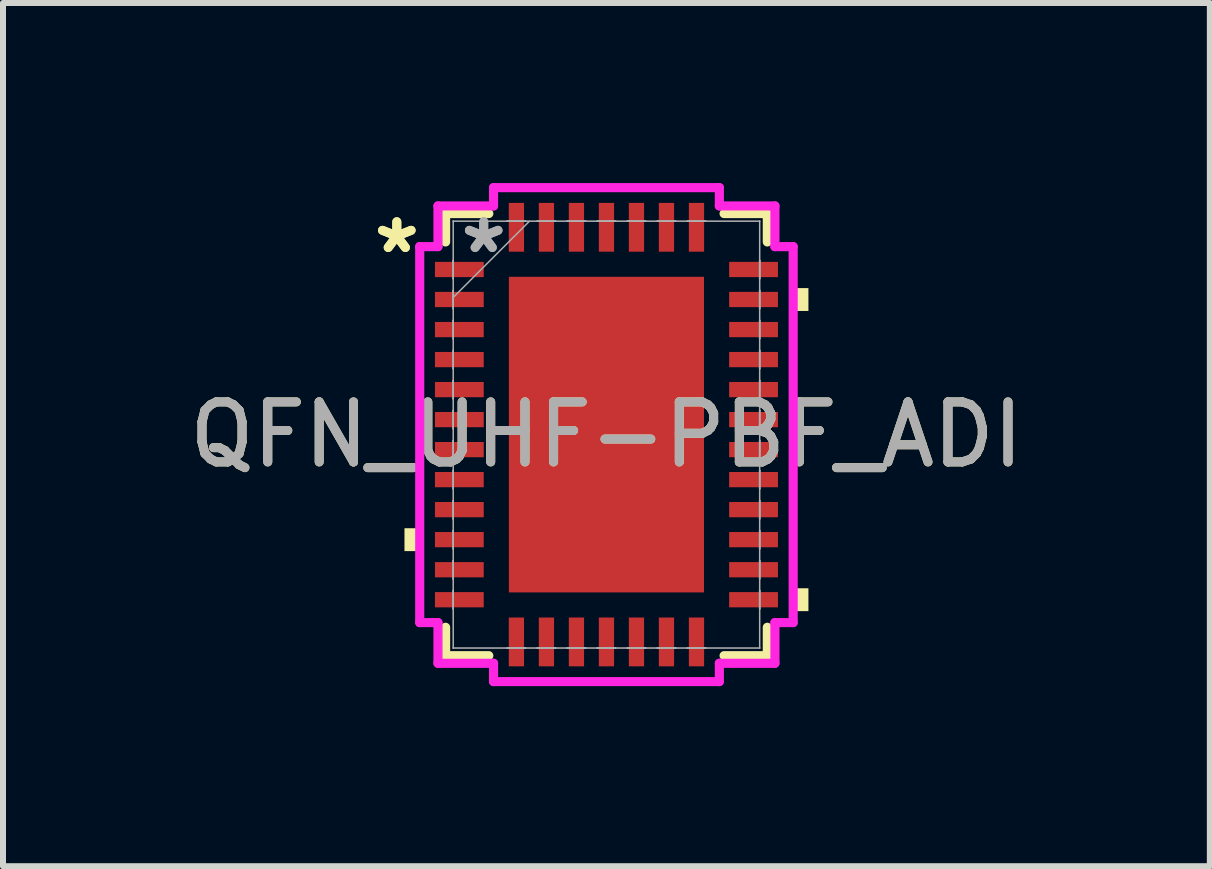
<source format=kicad_pcb>
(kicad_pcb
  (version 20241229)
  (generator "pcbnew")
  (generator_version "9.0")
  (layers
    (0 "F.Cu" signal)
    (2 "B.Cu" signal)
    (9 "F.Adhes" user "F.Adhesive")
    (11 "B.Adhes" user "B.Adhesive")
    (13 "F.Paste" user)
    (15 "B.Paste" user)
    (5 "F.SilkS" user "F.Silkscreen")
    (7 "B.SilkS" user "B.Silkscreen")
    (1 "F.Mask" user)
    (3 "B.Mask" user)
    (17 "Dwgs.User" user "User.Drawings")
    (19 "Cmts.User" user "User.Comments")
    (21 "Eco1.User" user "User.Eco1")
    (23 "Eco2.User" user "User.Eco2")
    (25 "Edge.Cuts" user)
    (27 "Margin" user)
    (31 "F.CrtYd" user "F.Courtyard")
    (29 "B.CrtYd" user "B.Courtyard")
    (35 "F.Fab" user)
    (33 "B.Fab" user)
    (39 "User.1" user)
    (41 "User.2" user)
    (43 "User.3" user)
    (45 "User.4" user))
  (footprint "QFN_UHF-PBF_ADI"
    (layer "F.Cu")
    (at 7.054 4.191)
    (property "Reference" "QFN_UHF-PBF_ADI" (at 0 0 0) (unlocked yes) (layer "F.SilkS") (effects (font (size 1 1) (thickness 0.15))))
    (attr smd)
    (fp_line (start -2.68 -3.683) (end -2.68 -3.21) (stroke (width 0.152) (type solid)) (layer "F.SilkS"))
    (fp_line (start -2.68 3.21) (end -2.68 3.683) (stroke (width 0.152) (type solid)) (layer "F.SilkS"))
    (fp_line (start -2.68 3.683) (end -1.96 3.683) (stroke (width 0.152) (type solid)) (layer "F.SilkS"))
    (fp_line (start -1.96 -3.683) (end -2.68 -3.683) (stroke (width 0.152) (type solid)) (layer "F.SilkS"))
    (fp_line (start 1.96 3.683) (end 2.68 3.683) (stroke (width 0.152) (type solid)) (layer "F.SilkS"))
    (fp_line (start 2.68 -3.683) (end 1.96 -3.683) (stroke (width 0.152) (type solid)) (layer "F.SilkS"))
    (fp_line (start 2.68 -3.21) (end 2.68 -3.683) (stroke (width 0.152) (type solid)) (layer "F.SilkS"))
    (fp_line (start 2.68 3.683) (end 2.68 3.21) (stroke (width 0.152) (type solid)) (layer "F.SilkS"))
    (fp_poly (pts (xy -3.365 1.56) (xy -3.365 1.941) (xy -3.111 1.941) (xy -3.111 1.56)) (stroke (width 0) (type solid)) (fill yes) (layer "F.SilkS"))
    (fp_poly (pts (xy 3.365 -2.441) (xy 3.365 -2.06) (xy 3.111 -2.06) (xy 3.111 -2.441)) (stroke (width 0) (type solid)) (fill yes) (layer "F.SilkS"))
    (fp_poly (pts (xy 3.365 2.56) (xy 3.365 2.941) (xy 3.111 2.941) (xy 3.111 2.56)) (stroke (width 0) (type solid)) (fill yes) (layer "F.SilkS"))
    (fp_poly (pts (xy -1.526 -2.529) (xy -1.526 -1.414) (xy -0.1 -1.414) (xy -0.1 -2.529)) (stroke (width 0) (type solid)) (fill yes) (layer "F.Paste"))
    (fp_poly (pts (xy -1.526 -1.214) (xy -1.526 -0.1) (xy -0.1 -0.1) (xy -0.1 -1.214)) (stroke (width 0) (type solid)) (fill yes) (layer "F.Paste"))
    (fp_poly (pts (xy -1.526 0.1) (xy -1.526 1.214) (xy -0.1 1.214) (xy -0.1 0.1)) (stroke (width 0) (type solid)) (fill yes) (layer "F.Paste"))
    (fp_poly (pts (xy -1.526 1.414) (xy -1.526 2.529) (xy -0.1 2.529) (xy -0.1 1.414)) (stroke (width 0) (type solid)) (fill yes) (layer "F.Paste"))
    (fp_poly (pts (xy 0.1 -2.529) (xy 0.1 -1.414) (xy 1.526 -1.414) (xy 1.526 -2.529)) (stroke (width 0) (type solid)) (fill yes) (layer "F.Paste"))
    (fp_poly (pts (xy 0.1 -1.214) (xy 0.1 -0.1) (xy 1.526 -0.1) (xy 1.526 -1.214)) (stroke (width 0) (type solid)) (fill yes) (layer "F.Paste"))
    (fp_poly (pts (xy 0.1 0.1) (xy 0.1 1.214) (xy 1.526 1.214) (xy 1.526 0.1)) (stroke (width 0) (type solid)) (fill yes) (layer "F.Paste"))
    (fp_poly (pts (xy 0.1 1.414) (xy 0.1 2.529) (xy 1.526 2.529) (xy 1.526 1.414)) (stroke (width 0) (type solid)) (fill yes) (layer "F.Paste"))
    (fp_line (start -3.111 -3.132) (end -2.807 -3.132) (stroke (width 0.152) (type solid)) (layer "F.CrtYd"))
    (fp_line (start -3.111 3.132) (end -3.111 -3.132) (stroke (width 0.152) (type solid)) (layer "F.CrtYd"))
    (fp_line (start -2.807 -3.81) (end -1.881 -3.81) (stroke (width 0.152) (type solid)) (layer "F.CrtYd"))
    (fp_line (start -2.807 -3.132) (end -2.807 -3.81) (stroke (width 0.152) (type solid)) (layer "F.CrtYd"))
    (fp_line (start -2.807 3.132) (end -3.111 3.132) (stroke (width 0.152) (type solid)) (layer "F.CrtYd"))
    (fp_line (start -2.807 3.81) (end -2.807 3.132) (stroke (width 0.152) (type solid)) (layer "F.CrtYd"))
    (fp_line (start -1.881 -4.115) (end 1.881 -4.115) (stroke (width 0.152) (type solid)) (layer "F.CrtYd"))
    (fp_line (start -1.881 -3.81) (end -1.881 -4.115) (stroke (width 0.152) (type solid)) (layer "F.CrtYd"))
    (fp_line (start -1.881 3.81) (end -2.807 3.81) (stroke (width 0.152) (type solid)) (layer "F.CrtYd"))
    (fp_line (start -1.881 4.115) (end -1.881 3.81) (stroke (width 0.152) (type solid)) (layer "F.CrtYd"))
    (fp_line (start 1.881 -4.115) (end 1.881 -3.81) (stroke (width 0.152) (type solid)) (layer "F.CrtYd"))
    (fp_line (start 1.881 -3.81) (end 2.807 -3.81) (stroke (width 0.152) (type solid)) (layer "F.CrtYd"))
    (fp_line (start 1.881 3.81) (end 1.881 4.115) (stroke (width 0.152) (type solid)) (layer "F.CrtYd"))
    (fp_line (start 1.881 4.115) (end -1.881 4.115) (stroke (width 0.152) (type solid)) (layer "F.CrtYd"))
    (fp_line (start 2.807 -3.81) (end 2.807 -3.132) (stroke (width 0.152) (type solid)) (layer "F.CrtYd"))
    (fp_line (start 2.807 -3.132) (end 3.111 -3.132) (stroke (width 0.152) (type solid)) (layer "F.CrtYd"))
    (fp_line (start 2.807 3.132) (end 2.807 3.81) (stroke (width 0.152) (type solid)) (layer "F.CrtYd"))
    (fp_line (start 2.807 3.81) (end 1.881 3.81) (stroke (width 0.152) (type solid)) (layer "F.CrtYd"))
    (fp_line (start 3.111 -3.132) (end 3.111 3.132) (stroke (width 0.152) (type solid)) (layer "F.CrtYd"))
    (fp_line (start 3.111 3.132) (end 2.807 3.132) (stroke (width 0.152) (type solid)) (layer "F.CrtYd"))
    (fp_line (start -2.553 -3.556) (end -2.553 -3.556) (stroke (width 0.025) (type solid)) (layer "F.Fab"))
    (fp_line (start -2.553 -3.556) (end -2.553 3.556) (stroke (width 0.025) (type solid)) (layer "F.Fab"))
    (fp_line (start -2.553 -2.903) (end -2.553 -2.903) (stroke (width 0.025) (type solid)) (layer "F.Fab"))
    (fp_line (start -2.553 -2.903) (end -2.553 -2.598) (stroke (width 0.025) (type solid)) (layer "F.Fab"))
    (fp_line (start -2.553 -2.598) (end -2.553 -2.903) (stroke (width 0.025) (type solid)) (layer "F.Fab"))
    (fp_line (start -2.553 -2.598) (end -2.553 -2.598) (stroke (width 0.025) (type solid)) (layer "F.Fab"))
    (fp_line (start -2.553 -2.403) (end -2.553 -2.403) (stroke (width 0.025) (type solid)) (layer "F.Fab"))
    (fp_line (start -2.553 -2.403) (end -2.553 -2.098) (stroke (width 0.025) (type solid)) (layer "F.Fab"))
    (fp_line (start -2.553 -2.286) (end -1.283 -3.556) (stroke (width 0.025) (type solid)) (layer "F.Fab"))
    (fp_line (start -2.553 -2.098) (end -2.553 -2.403) (stroke (width 0.025) (type solid)) (layer "F.Fab"))
    (fp_line (start -2.553 -2.098) (end -2.553 -2.098) (stroke (width 0.025) (type solid)) (layer "F.Fab"))
    (fp_line (start -2.553 -1.903) (end -2.553 -1.903) (stroke (width 0.025) (type solid)) (layer "F.Fab"))
    (fp_line (start -2.553 -1.903) (end -2.553 -1.598) (stroke (width 0.025) (type solid)) (layer "F.Fab"))
    (fp_line (start -2.553 -1.598) (end -2.553 -1.903) (stroke (width 0.025) (type solid)) (layer "F.Fab"))
    (fp_line (start -2.553 -1.598) (end -2.553 -1.598) (stroke (width 0.025) (type solid)) (layer "F.Fab"))
    (fp_line (start -2.553 -1.403) (end -2.553 -1.403) (stroke (width 0.025) (type solid)) (layer "F.Fab"))
    (fp_line (start -2.553 -1.403) (end -2.553 -1.098) (stroke (width 0.025) (type solid)) (layer "F.Fab"))
    (fp_line (start -2.553 -1.098) (end -2.553 -1.403) (stroke (width 0.025) (type solid)) (layer "F.Fab"))
    (fp_line (start -2.553 -1.098) (end -2.553 -1.098) (stroke (width 0.025) (type solid)) (layer "F.Fab"))
    (fp_line (start -2.553 -0.903) (end -2.553 -0.903) (stroke (width 0.025) (type solid)) (layer "F.Fab"))
    (fp_line (start -2.553 -0.903) (end -2.553 -0.598) (stroke (width 0.025) (type solid)) (layer "F.Fab"))
    (fp_line (start -2.553 -0.598) (end -2.553 -0.903) (stroke (width 0.025) (type solid)) (layer "F.Fab"))
    (fp_line (start -2.553 -0.598) (end -2.553 -0.598) (stroke (width 0.025) (type solid)) (layer "F.Fab"))
    (fp_line (start -2.553 -0.402) (end -2.553 -0.402) (stroke (width 0.025) (type solid)) (layer "F.Fab"))
    (fp_line (start -2.553 -0.402) (end -2.553 -0.098) (stroke (width 0.025) (type solid)) (layer "F.Fab"))
    (fp_line (start -2.553 -0.098) (end -2.553 -0.402) (stroke (width 0.025) (type solid)) (layer "F.Fab"))
    (fp_line (start -2.553 -0.098) (end -2.553 -0.098) (stroke (width 0.025) (type solid)) (layer "F.Fab"))
    (fp_line (start -2.553 0.098) (end -2.553 0.098) (stroke (width 0.025) (type solid)) (layer "F.Fab"))
    (fp_line (start -2.553 0.098) (end -2.553 0.402) (stroke (width 0.025) (type solid)) (layer "F.Fab"))
    (fp_line (start -2.553 0.402) (end -2.553 0.098) (stroke (width 0.025) (type solid)) (layer "F.Fab"))
    (fp_line (start -2.553 0.402) (end -2.553 0.402) (stroke (width 0.025) (type solid)) (layer "F.Fab"))
    (fp_line (start -2.553 0.598) (end -2.553 0.598) (stroke (width 0.025) (type solid)) (layer "F.Fab"))
    (fp_line (start -2.553 0.598) (end -2.553 0.903) (stroke (width 0.025) (type solid)) (layer "F.Fab"))
    (fp_line (start -2.553 0.903) (end -2.553 0.598) (stroke (width 0.025) (type solid)) (layer "F.Fab"))
    (fp_line (start -2.553 0.903) (end -2.553 0.903) (stroke (width 0.025) (type solid)) (layer "F.Fab"))
    (fp_line (start -2.553 1.098) (end -2.553 1.098) (stroke (width 0.025) (type solid)) (layer "F.Fab"))
    (fp_line (start -2.553 1.098) (end -2.553 1.403) (stroke (width 0.025) (type solid)) (layer "F.Fab"))
    (fp_line (start -2.553 1.403) (end -2.553 1.098) (stroke (width 0.025) (type solid)) (layer "F.Fab"))
    (fp_line (start -2.553 1.403) (end -2.553 1.403) (stroke (width 0.025) (type solid)) (layer "F.Fab"))
    (fp_line (start -2.553 1.598) (end -2.553 1.598) (stroke (width 0.025) (type solid)) (layer "F.Fab"))
    (fp_line (start -2.553 1.598) (end -2.553 1.903) (stroke (width 0.025) (type solid)) (layer "F.Fab"))
    (fp_line (start -2.553 1.903) (end -2.553 1.598) (stroke (width 0.025) (type solid)) (layer "F.Fab"))
    (fp_line (start -2.553 1.903) (end -2.553 1.903) (stroke (width 0.025) (type solid)) (layer "F.Fab"))
    (fp_line (start -2.553 2.098) (end -2.553 2.098) (stroke (width 0.025) (type solid)) (layer "F.Fab"))
    (fp_line (start -2.553 2.098) (end -2.553 2.403) (stroke (width 0.025) (type solid)) (layer "F.Fab"))
    (fp_line (start -2.553 2.403) (end -2.553 2.098) (stroke (width 0.025) (type solid)) (layer "F.Fab"))
    (fp_line (start -2.553 2.403) (end -2.553 2.403) (stroke (width 0.025) (type solid)) (layer "F.Fab"))
    (fp_line (start -2.553 2.598) (end -2.553 2.598) (stroke (width 0.025) (type solid)) (layer "F.Fab"))
    (fp_line (start -2.553 2.598) (end -2.553 2.903) (stroke (width 0.025) (type solid)) (layer "F.Fab"))
    (fp_line (start -2.553 2.903) (end -2.553 2.598) (stroke (width 0.025) (type solid)) (layer "F.Fab"))
    (fp_line (start -2.553 2.903) (end -2.553 2.903) (stroke (width 0.025) (type solid)) (layer "F.Fab"))
    (fp_line (start -2.553 3.556) (end -2.553 3.556) (stroke (width 0.025) (type solid)) (layer "F.Fab"))
    (fp_line (start -2.553 3.556) (end 2.553 3.556) (stroke (width 0.025) (type solid)) (layer "F.Fab"))
    (fp_line (start -1.653 -3.556) (end -1.653 -3.556) (stroke (width 0.025) (type solid)) (layer "F.Fab"))
    (fp_line (start -1.653 -3.556) (end -1.348 -3.556) (stroke (width 0.025) (type solid)) (layer "F.Fab"))
    (fp_line (start -1.653 3.556) (end -1.653 3.556) (stroke (width 0.025) (type solid)) (layer "F.Fab"))
    (fp_line (start -1.653 3.556) (end -1.348 3.556) (stroke (width 0.025) (type solid)) (layer "F.Fab"))
    (fp_line (start -1.348 -3.556) (end -1.653 -3.556) (stroke (width 0.025) (type solid)) (layer "F.Fab"))
    (fp_line (start -1.348 -3.556) (end -1.348 -3.556) (stroke (width 0.025) (type solid)) (layer "F.Fab"))
    (fp_line (start -1.348 3.556) (end -1.653 3.556) (stroke (width 0.025) (type solid)) (layer "F.Fab"))
    (fp_line (start -1.348 3.556) (end -1.348 3.556) (stroke (width 0.025) (type solid)) (layer "F.Fab"))
    (fp_line (start -1.153 -3.556) (end -1.153 -3.556) (stroke (width 0.025) (type solid)) (layer "F.Fab"))
    (fp_line (start -1.153 -3.556) (end -0.848 -3.556) (stroke (width 0.025) (type solid)) (layer "F.Fab"))
    (fp_line (start -1.153 3.556) (end -1.153 3.556) (stroke (width 0.025) (type solid)) (layer "F.Fab"))
    (fp_line (start -1.153 3.556) (end -0.848 3.556) (stroke (width 0.025) (type solid)) (layer "F.Fab"))
    (fp_line (start -0.848 -3.556) (end -1.153 -3.556) (stroke (width 0.025) (type solid)) (layer "F.Fab"))
    (fp_line (start -0.848 -3.556) (end -0.848 -3.556) (stroke (width 0.025) (type solid)) (layer "F.Fab"))
    (fp_line (start -0.848 3.556) (end -1.153 3.556) (stroke (width 0.025) (type solid)) (layer "F.Fab"))
    (fp_line (start -0.848 3.556) (end -0.848 3.556) (stroke (width 0.025) (type solid)) (layer "F.Fab"))
    (fp_line (start -0.653 -3.556) (end -0.653 -3.556) (stroke (width 0.025) (type solid)) (layer "F.Fab"))
    (fp_line (start -0.653 -3.556) (end -0.348 -3.556) (stroke (width 0.025) (type solid)) (layer "F.Fab"))
    (fp_line (start -0.653 3.556) (end -0.653 3.556) (stroke (width 0.025) (type solid)) (layer "F.Fab"))
    (fp_line (start -0.653 3.556) (end -0.348 3.556) (stroke (width 0.025) (type solid)) (layer "F.Fab"))
    (fp_line (start -0.348 -3.556) (end -0.653 -3.556) (stroke (width 0.025) (type solid)) (layer "F.Fab"))
    (fp_line (start -0.348 -3.556) (end -0.348 -3.556) (stroke (width 0.025) (type solid)) (layer "F.Fab"))
    (fp_line (start -0.348 3.556) (end -0.653 3.556) (stroke (width 0.025) (type solid)) (layer "F.Fab"))
    (fp_line (start -0.348 3.556) (end -0.348 3.556) (stroke (width 0.025) (type solid)) (layer "F.Fab"))
    (fp_line (start -0.152 -3.556) (end -0.152 -3.556) (stroke (width 0.025) (type solid)) (layer "F.Fab"))
    (fp_line (start -0.152 -3.556) (end 0.152 -3.556) (stroke (width 0.025) (type solid)) (layer "F.Fab"))
    (fp_line (start -0.152 3.556) (end -0.152 3.556) (stroke (width 0.025) (type solid)) (layer "F.Fab"))
    (fp_line (start -0.152 3.556) (end 0.152 3.556) (stroke (width 0.025) (type solid)) (layer "F.Fab"))
    (fp_line (start 0.152 -3.556) (end -0.152 -3.556) (stroke (width 0.025) (type solid)) (layer "F.Fab"))
    (fp_line (start 0.152 -3.556) (end 0.152 -3.556) (stroke (width 0.025) (type solid)) (layer "F.Fab"))
    (fp_line (start 0.152 3.556) (end -0.152 3.556) (stroke (width 0.025) (type solid)) (layer "F.Fab"))
    (fp_line (start 0.152 3.556) (end 0.152 3.556) (stroke (width 0.025) (type solid)) (layer "F.Fab"))
    (fp_line (start 0.348 -3.556) (end 0.348 -3.556) (stroke (width 0.025) (type solid)) (layer "F.Fab"))
    (fp_line (start 0.348 -3.556) (end 0.653 -3.556) (stroke (width 0.025) (type solid)) (layer "F.Fab"))
    (fp_line (start 0.348 3.556) (end 0.348 3.556) (stroke (width 0.025) (type solid)) (layer "F.Fab"))
    (fp_line (start 0.348 3.556) (end 0.653 3.556) (stroke (width 0.025) (type solid)) (layer "F.Fab"))
    (fp_line (start 0.653 -3.556) (end 0.348 -3.556) (stroke (width 0.025) (type solid)) (layer "F.Fab"))
    (fp_line (start 0.653 -3.556) (end 0.653 -3.556) (stroke (width 0.025) (type solid)) (layer "F.Fab"))
    (fp_line (start 0.653 3.556) (end 0.348 3.556) (stroke (width 0.025) (type solid)) (layer "F.Fab"))
    (fp_line (start 0.653 3.556) (end 0.653 3.556) (stroke (width 0.025) (type solid)) (layer "F.Fab"))
    (fp_line (start 0.848 -3.556) (end 0.848 -3.556) (stroke (width 0.025) (type solid)) (layer "F.Fab"))
    (fp_line (start 0.848 -3.556) (end 1.153 -3.556) (stroke (width 0.025) (type solid)) (layer "F.Fab"))
    (fp_line (start 0.848 3.556) (end 0.848 3.556) (stroke (width 0.025) (type solid)) (layer "F.Fab"))
    (fp_line (start 0.848 3.556) (end 1.153 3.556) (stroke (width 0.025) (type solid)) (layer "F.Fab"))
    (fp_line (start 1.153 -3.556) (end 0.848 -3.556) (stroke (width 0.025) (type solid)) (layer "F.Fab"))
    (fp_line (start 1.153 -3.556) (end 1.153 -3.556) (stroke (width 0.025) (type solid)) (layer "F.Fab"))
    (fp_line (start 1.153 3.556) (end 0.848 3.556) (stroke (width 0.025) (type solid)) (layer "F.Fab"))
    (fp_line (start 1.153 3.556) (end 1.153 3.556) (stroke (width 0.025) (type solid)) (layer "F.Fab"))
    (fp_line (start 1.348 -3.556) (end 1.348 -3.556) (stroke (width 0.025) (type solid)) (layer "F.Fab"))
    (fp_line (start 1.348 -3.556) (end 1.653 -3.556) (stroke (width 0.025) (type solid)) (layer "F.Fab"))
    (fp_line (start 1.348 3.556) (end 1.348 3.556) (stroke (width 0.025) (type solid)) (layer "F.Fab"))
    (fp_line (start 1.348 3.556) (end 1.653 3.556) (stroke (width 0.025) (type solid)) (layer "F.Fab"))
    (fp_line (start 1.653 -3.556) (end 1.348 -3.556) (stroke (width 0.025) (type solid)) (layer "F.Fab"))
    (fp_line (start 1.653 -3.556) (end 1.653 -3.556) (stroke (width 0.025) (type solid)) (layer "F.Fab"))
    (fp_line (start 1.653 3.556) (end 1.348 3.556) (stroke (width 0.025) (type solid)) (layer "F.Fab"))
    (fp_line (start 1.653 3.556) (end 1.653 3.556) (stroke (width 0.025) (type solid)) (layer "F.Fab"))
    (fp_line (start 2.553 -3.556) (end -2.553 -3.556) (stroke (width 0.025) (type solid)) (layer "F.Fab"))
    (fp_line (start 2.553 -3.556) (end 2.553 -3.556) (stroke (width 0.025) (type solid)) (layer "F.Fab"))
    (fp_line (start 2.553 -2.903) (end 2.553 -2.903) (stroke (width 0.025) (type solid)) (layer "F.Fab"))
    (fp_line (start 2.553 -2.903) (end 2.553 -2.598) (stroke (width 0.025) (type solid)) (layer "F.Fab"))
    (fp_line (start 2.553 -2.598) (end 2.553 -2.903) (stroke (width 0.025) (type solid)) (layer "F.Fab"))
    (fp_line (start 2.553 -2.598) (end 2.553 -2.598) (stroke (width 0.025) (type solid)) (layer "F.Fab"))
    (fp_line (start 2.553 -2.403) (end 2.553 -2.403) (stroke (width 0.025) (type solid)) (layer "F.Fab"))
    (fp_line (start 2.553 -2.403) (end 2.553 -2.098) (stroke (width 0.025) (type solid)) (layer "F.Fab"))
    (fp_line (start 2.553 -2.098) (end 2.553 -2.403) (stroke (width 0.025) (type solid)) (layer "F.Fab"))
    (fp_line (start 2.553 -2.098) (end 2.553 -2.098) (stroke (width 0.025) (type solid)) (layer "F.Fab"))
    (fp_line (start 2.553 -1.903) (end 2.553 -1.903) (stroke (width 0.025) (type solid)) (layer "F.Fab"))
    (fp_line (start 2.553 -1.903) (end 2.553 -1.598) (stroke (width 0.025) (type solid)) (layer "F.Fab"))
    (fp_line (start 2.553 -1.598) (end 2.553 -1.903) (stroke (width 0.025) (type solid)) (layer "F.Fab"))
    (fp_line (start 2.553 -1.598) (end 2.553 -1.598) (stroke (width 0.025) (type solid)) (layer "F.Fab"))
    (fp_line (start 2.553 -1.403) (end 2.553 -1.403) (stroke (width 0.025) (type solid)) (layer "F.Fab"))
    (fp_line (start 2.553 -1.403) (end 2.553 -1.098) (stroke (width 0.025) (type solid)) (layer "F.Fab"))
    (fp_line (start 2.553 -1.098) (end 2.553 -1.403) (stroke (width 0.025) (type solid)) (layer "F.Fab"))
    (fp_line (start 2.553 -1.098) (end 2.553 -1.098) (stroke (width 0.025) (type solid)) (layer "F.Fab"))
    (fp_line (start 2.553 -0.903) (end 2.553 -0.903) (stroke (width 0.025) (type solid)) (layer "F.Fab"))
    (fp_line (start 2.553 -0.903) (end 2.553 -0.598) (stroke (width 0.025) (type solid)) (layer "F.Fab"))
    (fp_line (start 2.553 -0.598) (end 2.553 -0.903) (stroke (width 0.025) (type solid)) (layer "F.Fab"))
    (fp_line (start 2.553 -0.598) (end 2.553 -0.598) (stroke (width 0.025) (type solid)) (layer "F.Fab"))
    (fp_line (start 2.553 -0.402) (end 2.553 -0.402) (stroke (width 0.025) (type solid)) (layer "F.Fab"))
    (fp_line (start 2.553 -0.402) (end 2.553 -0.098) (stroke (width 0.025) (type solid)) (layer "F.Fab"))
    (fp_line (start 2.553 -0.098) (end 2.553 -0.402) (stroke (width 0.025) (type solid)) (layer "F.Fab"))
    (fp_line (start 2.553 -0.098) (end 2.553 -0.098) (stroke (width 0.025) (type solid)) (layer "F.Fab"))
    (fp_line (start 2.553 0.098) (end 2.553 0.098) (stroke (width 0.025) (type solid)) (layer "F.Fab"))
    (fp_line (start 2.553 0.098) (end 2.553 0.402) (stroke (width 0.025) (type solid)) (layer "F.Fab"))
    (fp_line (start 2.553 0.402) (end 2.553 0.098) (stroke (width 0.025) (type solid)) (layer "F.Fab"))
    (fp_line (start 2.553 0.402) (end 2.553 0.402) (stroke (width 0.025) (type solid)) (layer "F.Fab"))
    (fp_line (start 2.553 0.598) (end 2.553 0.598) (stroke (width 0.025) (type solid)) (layer "F.Fab"))
    (fp_line (start 2.553 0.598) (end 2.553 0.903) (stroke (width 0.025) (type solid)) (layer "F.Fab"))
    (fp_line (start 2.553 0.903) (end 2.553 0.598) (stroke (width 0.025) (type solid)) (layer "F.Fab"))
    (fp_line (start 2.553 0.903) (end 2.553 0.903) (stroke (width 0.025) (type solid)) (layer "F.Fab"))
    (fp_line (start 2.553 1.098) (end 2.553 1.098) (stroke (width 0.025) (type solid)) (layer "F.Fab"))
    (fp_line (start 2.553 1.098) (end 2.553 1.403) (stroke (width 0.025) (type solid)) (layer "F.Fab"))
    (fp_line (start 2.553 1.403) (end 2.553 1.098) (stroke (width 0.025) (type solid)) (layer "F.Fab"))
    (fp_line (start 2.553 1.403) (end 2.553 1.403) (stroke (width 0.025) (type solid)) (layer "F.Fab"))
    (fp_line (start 2.553 1.598) (end 2.553 1.598) (stroke (width 0.025) (type solid)) (layer "F.Fab"))
    (fp_line (start 2.553 1.598) (end 2.553 1.903) (stroke (width 0.025) (type solid)) (layer "F.Fab"))
    (fp_line (start 2.553 1.903) (end 2.553 1.598) (stroke (width 0.025) (type solid)) (layer "F.Fab"))
    (fp_line (start 2.553 1.903) (end 2.553 1.903) (stroke (width 0.025) (type solid)) (layer "F.Fab"))
    (fp_line (start 2.553 2.098) (end 2.553 2.098) (stroke (width 0.025) (type solid)) (layer "F.Fab"))
    (fp_line (start 2.553 2.098) (end 2.553 2.403) (stroke (width 0.025) (type solid)) (layer "F.Fab"))
    (fp_line (start 2.553 2.403) (end 2.553 2.098) (stroke (width 0.025) (type solid)) (layer "F.Fab"))
    (fp_line (start 2.553 2.403) (end 2.553 2.403) (stroke (width 0.025) (type solid)) (layer "F.Fab"))
    (fp_line (start 2.553 2.598) (end 2.553 2.598) (stroke (width 0.025) (type solid)) (layer "F.Fab"))
    (fp_line (start 2.553 2.598) (end 2.553 2.903) (stroke (width 0.025) (type solid)) (layer "F.Fab"))
    (fp_line (start 2.553 2.903) (end 2.553 2.598) (stroke (width 0.025) (type solid)) (layer "F.Fab"))
    (fp_line (start 2.553 2.903) (end 2.553 2.903) (stroke (width 0.025) (type solid)) (layer "F.Fab"))
    (fp_line (start 2.553 3.556) (end 2.553 -3.556) (stroke (width 0.025) (type solid)) (layer "F.Fab"))
    (fp_line (start 2.553 3.556) (end 2.553 3.556) (stroke (width 0.025) (type solid)) (layer "F.Fab"))
    (fp_text user "*" (at -3.493 -3.001 0) (unlocked yes) (layer "F.SilkS") (effects (font (size 1 1) (thickness 0.15))))
    (fp_text user "*" (at -3.493 -3.001 0) (layer "F.SilkS") (effects (font (size 1 1) (thickness 0.15))))
    (fp_text user "${REFERENCE}" (at 0 0 0) (unlocked yes) (layer "F.Fab") (effects (font (size 1 1) (thickness 0.15))))
    (fp_text user "*" (at -2.045 -3.001 0) (unlocked yes) (layer "F.Fab") (effects (font (size 1 1) (thickness 0.15))))
    (fp_text user "*" (at -2.045 -3.001 0) (layer "F.Fab") (effects (font (size 1 1) (thickness 0.15))))
    (pad "1" smd rect (at -2.451 -2.751 90) (size 0.254 0.813) (layers "F.Cu" "F.Mask" "F.Paste"))
    (pad "2" smd rect (at -2.451 -2.251 90) (size 0.254 0.813) (layers "F.Cu" "F.Mask" "F.Paste"))
    (pad "3" smd rect (at -2.451 -1.75 90) (size 0.254 0.813) (layers "F.Cu" "F.Mask" "F.Paste"))
    (pad "4" smd rect (at -2.451 -1.25 90) (size 0.254 0.813) (layers "F.Cu" "F.Mask" "F.Paste"))
    (pad "5" smd rect (at -2.451 -0.75 90) (size 0.254 0.813) (layers "F.Cu" "F.Mask" "F.Paste"))
    (pad "6" smd rect (at -2.451 -0.25 90) (size 0.254 0.813) (layers "F.Cu" "F.Mask" "F.Paste"))
    (pad "7" smd rect (at -2.451 0.25 90) (size 0.254 0.813) (layers "F.Cu" "F.Mask" "F.Paste"))
    (pad "8" smd rect (at -2.451 0.75 90) (size 0.254 0.813) (layers "F.Cu" "F.Mask" "F.Paste"))
    (pad "9" smd rect (at -2.451 1.25 90) (size 0.254 0.813) (layers "F.Cu" "F.Mask" "F.Paste"))
    (pad "10" smd rect (at -2.451 1.75 90) (size 0.254 0.813) (layers "F.Cu" "F.Mask" "F.Paste"))
    (pad "11" smd rect (at -2.451 2.251 90) (size 0.254 0.813) (layers "F.Cu" "F.Mask" "F.Paste"))
    (pad "12" smd rect (at -2.451 2.751 90) (size 0.254 0.813) (layers "F.Cu" "F.Mask" "F.Paste"))
    (pad "13" smd rect (at -1.5 3.454) (size 0.254 0.813) (layers "F.Cu" "F.Mask" "F.Paste"))
    (pad "14" smd rect (at -1 3.454) (size 0.254 0.813) (layers "F.Cu" "F.Mask" "F.Paste"))
    (pad "15" smd rect (at -0.5 3.454) (size 0.254 0.813) (layers "F.Cu" "F.Mask" "F.Paste"))
    (pad "16" smd rect (at 0 3.454) (size 0.254 0.813) (layers "F.Cu" "F.Mask" "F.Paste"))
    (pad "17" smd rect (at 0.5 3.454) (size 0.254 0.813) (layers "F.Cu" "F.Mask" "F.Paste"))
    (pad "18" smd rect (at 1 3.454) (size 0.254 0.813) (layers "F.Cu" "F.Mask" "F.Paste"))
    (pad "19" smd rect (at 1.5 3.454) (size 0.254 0.813) (layers "F.Cu" "F.Mask" "F.Paste"))
    (pad "20" smd rect (at 2.451 2.751 90) (size 0.254 0.813) (layers "F.Cu" "F.Mask" "F.Paste"))
    (pad "21" smd rect (at 2.451 2.251 90) (size 0.254 0.813) (layers "F.Cu" "F.Mask" "F.Paste"))
    (pad "22" smd rect (at 2.451 1.75 90) (size 0.254 0.813) (layers "F.Cu" "F.Mask" "F.Paste"))
    (pad "23" smd rect (at 2.451 1.25 90) (size 0.254 0.813) (layers "F.Cu" "F.Mask" "F.Paste"))
    (pad "24" smd rect (at 2.451 0.75 90) (size 0.254 0.813) (layers "F.Cu" "F.Mask" "F.Paste"))
    (pad "25" smd rect (at 2.451 0.25 90) (size 0.254 0.813) (layers "F.Cu" "F.Mask" "F.Paste"))
    (pad "26" smd rect (at 2.451 -0.25 90) (size 0.254 0.813) (layers "F.Cu" "F.Mask" "F.Paste"))
    (pad "27" smd rect (at 2.451 -0.75 90) (size 0.254 0.813) (layers "F.Cu" "F.Mask" "F.Paste"))
    (pad "28" smd rect (at 2.451 -1.25 90) (size 0.254 0.813) (layers "F.Cu" "F.Mask" "F.Paste"))
    (pad "29" smd rect (at 2.451 -1.75 90) (size 0.254 0.813) (layers "F.Cu" "F.Mask" "F.Paste"))
    (pad "30" smd rect (at 2.451 -2.251 90) (size 0.254 0.813) (layers "F.Cu" "F.Mask" "F.Paste"))
    (pad "31" smd rect (at 2.451 -2.751 90) (size 0.254 0.813) (layers "F.Cu" "F.Mask" "F.Paste"))
    (pad "32" smd rect (at 1.5 -3.454) (size 0.254 0.813) (layers "F.Cu" "F.Mask" "F.Paste"))
    (pad "33" smd rect (at 1 -3.454) (size 0.254 0.813) (layers "F.Cu" "F.Mask" "F.Paste"))
    (pad "34" smd rect (at 0.5 -3.454) (size 0.254 0.813) (layers "F.Cu" "F.Mask" "F.Paste"))
    (pad "35" smd rect (at 0 -3.454) (size 0.254 0.813) (layers "F.Cu" "F.Mask" "F.Paste"))
    (pad "36" smd rect (at -0.5 -3.454) (size 0.254 0.813) (layers "F.Cu" "F.Mask" "F.Paste"))
    (pad "37" smd rect (at -1 -3.454) (size 0.254 0.813) (layers "F.Cu" "F.Mask" "F.Paste"))
    (pad "38" smd rect (at -1.5 -3.454) (size 0.254 0.813) (layers "F.Cu" "F.Mask" "F.Paste"))
    (pad "39" smd rect (at 0 0) (size 3.251 5.258) (layers "F.Cu" "F.Mask")))
  (gr_rect
    (start -3 -3)
    (end 17.107 11.382)
    (stroke (width 0.1) (type default))
    (fill no)
    (layer "Edge.Cuts")))
</source>
